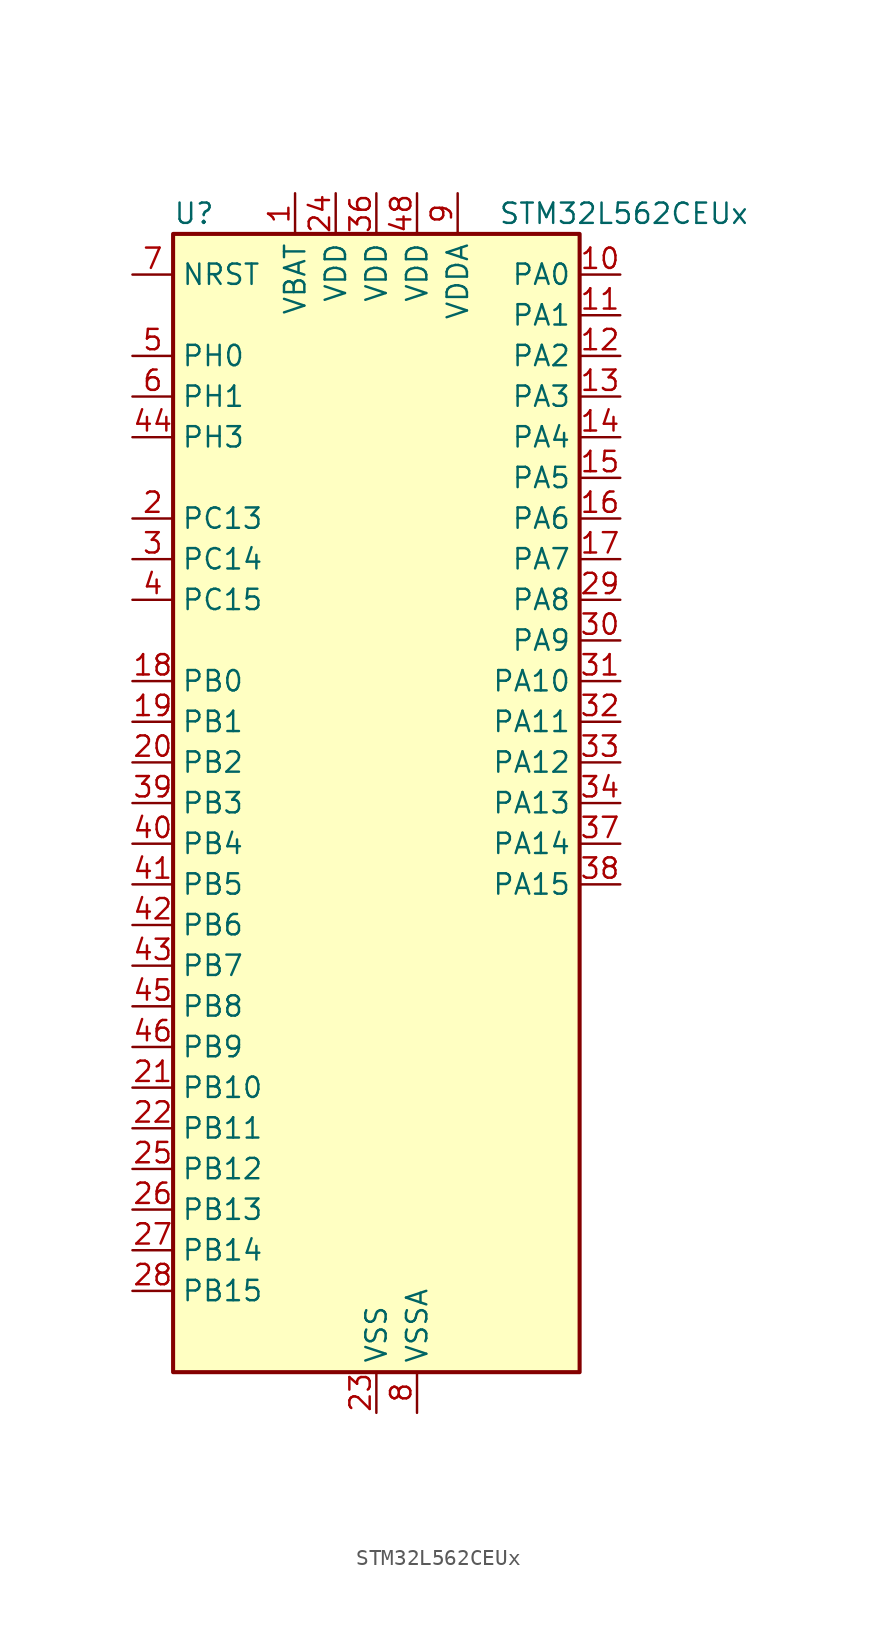
<source format=kicad_sym>
(kicad_symbol_lib
  (version 20220914)
  (generator kicad_symbol_editor)
  (symbol "STM32L562CEUx"
    (property "Reference" "U"
      (at -12.7 36.83 0)
      (effects (font (size 1.27 1.27)) (justify left)))
    (property "Value" "STM32L562CEUx"
      (at 7.62 36.83 0)
      (effects (font (size 1.27 1.27)) (justify left)))
    (property "ki_locked" ""
      (at 0 0 0)
      (effects (font (size 1.27 1.27))))
    (symbol "STM32L562CEUx_0_1"
      (rectangle (start -12.7 -35.56) (end 12.7 35.56) (stroke (width 0.254) (type default)) (fill (type background))))
    (symbol "STM32L562CEUx_1_1"
      (pin power_in line (at -5.08 38.1 270) (length 2.54) (name "VBAT" (effects (font (size 1.27 1.27)))) (number "1" (effects (font (size 1.27 1.27)))))
      (pin bidirectional line (at 15.24 33.02 180) (length 2.54) (name "PA0" (effects (font (size 1.27 1.27)))) (number "10" (effects (font (size 1.27 1.27)))) (alternate "ADC1_IN5" bidirectional line) (alternate "ADC2_IN5" bidirectional line) (alternate "OPAMP1_VINP" bidirectional line) (alternate "PWR_WKUP1" bidirectional line) (alternate "SAI1_EXTCLK" bidirectional line) (alternate "TAMP_IN2" bidirectional line) (alternate "TAMP_OUT1" bidirectional line) (alternate "TIM2_CH1" bidirectional line) (alternate "TIM2_ETR" bidirectional line) (alternate "TIM5_CH1" bidirectional line) (alternate "TIM8_ETR" bidirectional line) (alternate "UART4_TX" bidirectional line) (alternate "USART2_CTS" bidirectional line) (alternate "USART2_NSS" bidirectional line))
      (pin bidirectional line (at 15.24 30.48 180) (length 2.54) (name "PA1" (effects (font (size 1.27 1.27)))) (number "11" (effects (font (size 1.27 1.27)))) (alternate "ADC1_IN6" bidirectional line) (alternate "ADC2_IN6" bidirectional line) (alternate "I2C1_SMBA" bidirectional line) (alternate "OCTOSPI1_DQS" bidirectional line) (alternate "OPAMP1_VINM" bidirectional line) (alternate "SPI1_SCK" bidirectional line) (alternate "TAMP_IN5" bidirectional line) (alternate "TAMP_OUT4" bidirectional line) (alternate "TIM15_CH1N" bidirectional line) (alternate "TIM2_CH2" bidirectional line) (alternate "TIM5_CH2" bidirectional line) (alternate "UART4_RX" bidirectional line) (alternate "USART2_DE" bidirectional line) (alternate "USART2_RTS" bidirectional line))
      (pin bidirectional line (at 15.24 27.94 180) (length 2.54) (name "PA2" (effects (font (size 1.27 1.27)))) (number "12" (effects (font (size 1.27 1.27)))) (alternate "ADC1_IN7" bidirectional line) (alternate "ADC2_IN7" bidirectional line) (alternate "COMP1_INP" bidirectional line) (alternate "LPUART1_TX" bidirectional line) (alternate "OCTOSPI1_NCS" bidirectional line) (alternate "PWR_WKUP4" bidirectional line) (alternate "RCC_LSCO" bidirectional line) (alternate "SAI2_EXTCLK" bidirectional line) (alternate "TIM15_CH1" bidirectional line) (alternate "TIM2_CH3" bidirectional line) (alternate "TIM5_CH3" bidirectional line) (alternate "UCPD1_FRSTX1" bidirectional line) (alternate "USART2_TX" bidirectional line))
      (pin bidirectional line (at 15.24 25.4 180) (length 2.54) (name "PA3" (effects (font (size 1.27 1.27)))) (number "13" (effects (font (size 1.27 1.27)))) (alternate "ADC1_IN8" bidirectional line) (alternate "ADC2_IN8" bidirectional line) (alternate "LPUART1_RX" bidirectional line) (alternate "OCTOSPI1_CLK" bidirectional line) (alternate "OPAMP1_VOUT" bidirectional line) (alternate "SAI1_CK1" bidirectional line) (alternate "SAI1_MCLK_A" bidirectional line) (alternate "TIM15_CH2" bidirectional line) (alternate "TIM2_CH4" bidirectional line) (alternate "TIM5_CH4" bidirectional line) (alternate "USART2_RX" bidirectional line))
      (pin bidirectional line (at 15.24 22.86 180) (length 2.54) (name "PA4" (effects (font (size 1.27 1.27)))) (number "14" (effects (font (size 1.27 1.27)))) (alternate "ADC1_IN9" bidirectional line) (alternate "ADC2_IN9" bidirectional line) (alternate "DAC1_OUT1" bidirectional line) (alternate "LPTIM2_OUT" bidirectional line) (alternate "OCTOSPI1_NCS" bidirectional line) (alternate "SAI1_FS_B" bidirectional line) (alternate "SPI1_NSS" bidirectional line) (alternate "SPI3_NSS" bidirectional line) (alternate "USART2_CK" bidirectional line))
      (pin bidirectional line (at 15.24 20.32 180) (length 2.54) (name "PA5" (effects (font (size 1.27 1.27)))) (number "15" (effects (font (size 1.27 1.27)))) (alternate "ADC1_IN10" bidirectional line) (alternate "ADC2_IN10" bidirectional line) (alternate "DAC1_OUT2" bidirectional line) (alternate "LPTIM2_ETR" bidirectional line) (alternate "SPI1_SCK" bidirectional line) (alternate "TIM2_CH1" bidirectional line) (alternate "TIM2_ETR" bidirectional line) (alternate "TIM8_CH1N" bidirectional line))
      (pin bidirectional line (at 15.24 17.78 180) (length 2.54) (name "PA6" (effects (font (size 1.27 1.27)))) (number "16" (effects (font (size 1.27 1.27)))) (alternate "ADC1_IN11" bidirectional line) (alternate "ADC2_IN11" bidirectional line) (alternate "LPUART1_CTS" bidirectional line) (alternate "OCTOSPI1_IO3" bidirectional line) (alternate "OPAMP2_VINP" bidirectional line) (alternate "SPI1_MISO" bidirectional line) (alternate "TIM16_CH1" bidirectional line) (alternate "TIM1_BKIN" bidirectional line) (alternate "TIM3_CH1" bidirectional line) (alternate "TIM8_BKIN" bidirectional line) (alternate "USART3_CTS" bidirectional line) (alternate "USART3_NSS" bidirectional line))
      (pin bidirectional line (at 15.24 15.24 180) (length 2.54) (name "PA7" (effects (font (size 1.27 1.27)))) (number "17" (effects (font (size 1.27 1.27)))) (alternate "ADC1_IN12" bidirectional line) (alternate "ADC2_IN12" bidirectional line) (alternate "I2C3_SCL" bidirectional line) (alternate "OCTOSPI1_IO2" bidirectional line) (alternate "OPAMP2_VINM" bidirectional line) (alternate "SPI1_MOSI" bidirectional line) (alternate "TIM17_CH1" bidirectional line) (alternate "TIM1_CH1N" bidirectional line) (alternate "TIM3_CH2" bidirectional line) (alternate "TIM8_CH1N" bidirectional line))
      (pin bidirectional line (at -15.24 7.62 0) (length 2.54) (name "PB0" (effects (font (size 1.27 1.27)))) (number "18" (effects (font (size 1.27 1.27)))) (alternate "ADC1_IN15" bidirectional line) (alternate "ADC2_IN15" bidirectional line) (alternate "COMP1_OUT" bidirectional line) (alternate "OCTOSPI1_IO1" bidirectional line) (alternate "OPAMP2_VOUT" bidirectional line) (alternate "SAI1_EXTCLK" bidirectional line) (alternate "SPI1_NSS" bidirectional line) (alternate "TIM1_CH2N" bidirectional line) (alternate "TIM3_CH3" bidirectional line) (alternate "TIM8_CH2N" bidirectional line) (alternate "USART3_CK" bidirectional line))
      (pin bidirectional line (at -15.24 5.08 0) (length 2.54) (name "PB1" (effects (font (size 1.27 1.27)))) (number "19" (effects (font (size 1.27 1.27)))) (alternate "ADC1_IN16" bidirectional line) (alternate "ADC2_IN16" bidirectional line) (alternate "COMP1_INM" bidirectional line) (alternate "DFSDM1_DATIN0" bidirectional line) (alternate "LPTIM2_IN1" bidirectional line) (alternate "LPUART1_DE" bidirectional line) (alternate "LPUART1_RTS" bidirectional line) (alternate "OCTOSPI1_IO0" bidirectional line) (alternate "TIM1_CH3N" bidirectional line) (alternate "TIM3_CH4" bidirectional line) (alternate "TIM8_CH3N" bidirectional line) (alternate "USART3_DE" bidirectional line) (alternate "USART3_RTS" bidirectional line))
      (pin bidirectional line (at -15.24 17.78 0) (length 2.54) (name "PC13" (effects (font (size 1.27 1.27)))) (number "2" (effects (font (size 1.27 1.27)))) (alternate "PWR_WKUP2" bidirectional line) (alternate "RTC_OUT1" bidirectional line) (alternate "RTC_TS" bidirectional line) (alternate "TAMP_IN1" bidirectional line) (alternate "TAMP_OUT2" bidirectional line))
      (pin bidirectional line (at -15.24 2.54 0) (length 2.54) (name "PB2" (effects (font (size 1.27 1.27)))) (number "20" (effects (font (size 1.27 1.27)))) (alternate "COMP1_INP" bidirectional line) (alternate "DFSDM1_CKIN0" bidirectional line) (alternate "I2C3_SMBA" bidirectional line) (alternate "LPTIM1_OUT" bidirectional line) (alternate "OCTOSPI1_DQS" bidirectional line) (alternate "RTC_OUT2" bidirectional line) (alternate "UCPD1_FRSTX1" bidirectional line))
      (pin bidirectional line (at -15.24 -17.78 0) (length 2.54) (name "PB10" (effects (font (size 1.27 1.27)))) (number "21" (effects (font (size 1.27 1.27)))) (alternate "COMP1_OUT" bidirectional line) (alternate "I2C2_SCL" bidirectional line) (alternate "I2C4_SCL" bidirectional line) (alternate "LPTIM3_OUT" bidirectional line) (alternate "LPUART1_RX" bidirectional line) (alternate "OCTOSPI1_CLK" bidirectional line) (alternate "SAI1_SCK_A" bidirectional line) (alternate "SPI2_SCK" bidirectional line) (alternate "TIM2_CH3" bidirectional line) (alternate "TSC_SYNC" bidirectional line) (alternate "USART3_TX" bidirectional line))
      (pin bidirectional line (at -15.24 -20.32 0) (length 2.54) (name "PB11" (effects (font (size 1.27 1.27)))) (number "22" (effects (font (size 1.27 1.27)))) (alternate "ADC1_EXTI11" bidirectional line) (alternate "ADC2_EXTI11" bidirectional line) (alternate "COMP2_OUT" bidirectional line) (alternate "I2C2_SDA" bidirectional line) (alternate "I2C4_SDA" bidirectional line) (alternate "LPUART1_TX" bidirectional line) (alternate "OCTOSPI1_NCS" bidirectional line) (alternate "TIM2_CH4" bidirectional line) (alternate "USART3_RX" bidirectional line))
      (pin power_in line (at 0 -38.1 90) (length 2.54) (name "VSS" (effects (font (size 1.27 1.27)))) (number "23" (effects (font (size 1.27 1.27)))))
      (pin power_in line (at -2.54 38.1 270) (length 2.54) (name "VDD" (effects (font (size 1.27 1.27)))) (number "24" (effects (font (size 1.27 1.27)))))
      (pin bidirectional line (at -15.24 -22.86 0) (length 2.54) (name "PB12" (effects (font (size 1.27 1.27)))) (number "25" (effects (font (size 1.27 1.27)))) (alternate "DFSDM1_DATIN1" bidirectional line) (alternate "I2C2_SMBA" bidirectional line) (alternate "LPUART1_DE" bidirectional line) (alternate "LPUART1_RTS" bidirectional line) (alternate "OCTOSPI1_NCLK" bidirectional line) (alternate "SAI2_FS_A" bidirectional line) (alternate "SPI2_NSS" bidirectional line) (alternate "TIM15_BKIN" bidirectional line) (alternate "TIM1_BKIN" bidirectional line) (alternate "TSC_G1_IO1" bidirectional line) (alternate "USART3_CK" bidirectional line))
      (pin bidirectional line (at -15.24 -25.4 0) (length 2.54) (name "PB13" (effects (font (size 1.27 1.27)))) (number "26" (effects (font (size 1.27 1.27)))) (alternate "DFSDM1_CKIN1" bidirectional line) (alternate "I2C2_SCL" bidirectional line) (alternate "LPTIM3_IN1" bidirectional line) (alternate "LPUART1_CTS" bidirectional line) (alternate "SAI2_SCK_A" bidirectional line) (alternate "SPI2_SCK" bidirectional line) (alternate "TIM15_CH1N" bidirectional line) (alternate "TIM1_CH1N" bidirectional line) (alternate "TSC_G1_IO2" bidirectional line) (alternate "UCPD1_FRSTX2" bidirectional line) (alternate "USART3_CTS" bidirectional line) (alternate "USART3_NSS" bidirectional line))
      (pin bidirectional line (at -15.24 -27.94 0) (length 2.54) (name "PB14" (effects (font (size 1.27 1.27)))) (number "27" (effects (font (size 1.27 1.27)))) (alternate "DFSDM1_DATIN2" bidirectional line) (alternate "I2C2_SDA" bidirectional line) (alternate "LPTIM3_ETR" bidirectional line) (alternate "SAI2_MCLK_A" bidirectional line) (alternate "SPI2_MISO" bidirectional line) (alternate "TIM15_CH1" bidirectional line) (alternate "TIM1_CH2N" bidirectional line) (alternate "TIM8_CH2N" bidirectional line) (alternate "TSC_G1_IO3" bidirectional line) (alternate "UCPD1_DBCC2" bidirectional line) (alternate "USART3_DE" bidirectional line) (alternate "USART3_RTS" bidirectional line))
      (pin bidirectional line (at -15.24 -30.48 0) (length 2.54) (name "PB15" (effects (font (size 1.27 1.27)))) (number "28" (effects (font (size 1.27 1.27)))) (alternate "ADC1_EXTI15" bidirectional line) (alternate "ADC2_EXTI15" bidirectional line) (alternate "DFSDM1_CKIN2" bidirectional line) (alternate "RTC_REFIN" bidirectional line) (alternate "SAI2_SD_A" bidirectional line) (alternate "SPI2_MOSI" bidirectional line) (alternate "TIM15_CH2" bidirectional line) (alternate "TIM1_CH3N" bidirectional line) (alternate "TIM8_CH3N" bidirectional line) (alternate "UCPD1_CC2" bidirectional line))
      (pin bidirectional line (at 15.24 12.7 180) (length 2.54) (name "PA8" (effects (font (size 1.27 1.27)))) (number "29" (effects (font (size 1.27 1.27)))) (alternate "LPTIM2_OUT" bidirectional line) (alternate "RCC_MCO" bidirectional line) (alternate "SAI1_CK2" bidirectional line) (alternate "SAI1_SCK_A" bidirectional line) (alternate "TIM1_CH1" bidirectional line) (alternate "USART1_CK" bidirectional line))
      (pin bidirectional line (at -15.24 15.24 0) (length 2.54) (name "PC14" (effects (font (size 1.27 1.27)))) (number "3" (effects (font (size 1.27 1.27)))) (alternate "RCC_OSC32_IN" bidirectional line))
      (pin bidirectional line (at 15.24 10.16 180) (length 2.54) (name "PA9" (effects (font (size 1.27 1.27)))) (number "30" (effects (font (size 1.27 1.27)))) (alternate "DAC1_EXTI9" bidirectional line) (alternate "SAI1_FS_A" bidirectional line) (alternate "SPI2_SCK" bidirectional line) (alternate "TIM15_BKIN" bidirectional line) (alternate "TIM1_CH2" bidirectional line) (alternate "USART1_TX" bidirectional line))
      (pin bidirectional line (at 15.24 7.62 180) (length 2.54) (name "PA10" (effects (font (size 1.27 1.27)))) (number "31" (effects (font (size 1.27 1.27)))) (alternate "CRS_SYNC" bidirectional line) (alternate "SAI1_D1" bidirectional line) (alternate "SAI1_SD_A" bidirectional line) (alternate "TIM17_BKIN" bidirectional line) (alternate "TIM1_CH3" bidirectional line) (alternate "USART1_RX" bidirectional line))
      (pin bidirectional line (at 15.24 5.08 180) (length 2.54) (name "PA11" (effects (font (size 1.27 1.27)))) (number "32" (effects (font (size 1.27 1.27)))) (alternate "ADC1_EXTI11" bidirectional line) (alternate "ADC2_EXTI11" bidirectional line) (alternate "FDCAN1_RX" bidirectional line) (alternate "SPI1_MISO" bidirectional line) (alternate "TIM1_BKIN2" bidirectional line) (alternate "TIM1_CH4" bidirectional line) (alternate "USART1_CTS" bidirectional line) (alternate "USART1_NSS" bidirectional line) (alternate "USB_DM" bidirectional line))
      (pin bidirectional line (at 15.24 2.54 180) (length 2.54) (name "PA12" (effects (font (size 1.27 1.27)))) (number "33" (effects (font (size 1.27 1.27)))) (alternate "FDCAN1_TX" bidirectional line) (alternate "SPI1_MOSI" bidirectional line) (alternate "TIM1_ETR" bidirectional line) (alternate "USART1_DE" bidirectional line) (alternate "USART1_RTS" bidirectional line) (alternate "USB_DP" bidirectional line))
      (pin bidirectional line (at 15.24 0 180) (length 2.54) (name "PA13" (effects (font (size 1.27 1.27)))) (number "34" (effects (font (size 1.27 1.27)))) (alternate "DEBUG_JTMS-SWDIO" bidirectional line) (alternate "IR_OUT" bidirectional line) (alternate "SAI1_SD_B" bidirectional line) (alternate "USB_NOE" bidirectional line))
      (pin passive line (at 0 -38.1 90) (length 2.54) hide (name "VSS" (effects (font (size 1.27 1.27)))) (number "35" (effects (font (size 1.27 1.27)))))
      (pin power_in line (at 0 38.1 270) (length 2.54) (name "VDD" (effects (font (size 1.27 1.27)))) (number "36" (effects (font (size 1.27 1.27)))))
      (pin bidirectional line (at 15.24 -2.54 180) (length 2.54) (name "PA14" (effects (font (size 1.27 1.27)))) (number "37" (effects (font (size 1.27 1.27)))) (alternate "DEBUG_JTCK-SWCLK" bidirectional line) (alternate "I2C1_SMBA" bidirectional line) (alternate "I2C4_SMBA" bidirectional line) (alternate "LPTIM1_OUT" bidirectional line) (alternate "SAI1_FS_B" bidirectional line))
      (pin bidirectional line (at 15.24 -5.08 180) (length 2.54) (name "PA15" (effects (font (size 1.27 1.27)))) (number "38" (effects (font (size 1.27 1.27)))) (alternate "ADC1_EXTI15" bidirectional line) (alternate "ADC2_EXTI15" bidirectional line) (alternate "DEBUG_JTDI" bidirectional line) (alternate "SAI2_FS_B" bidirectional line) (alternate "SPI1_NSS" bidirectional line) (alternate "SPI3_NSS" bidirectional line) (alternate "TIM2_CH1" bidirectional line) (alternate "TIM2_ETR" bidirectional line) (alternate "UART4_DE" bidirectional line) (alternate "UART4_RTS" bidirectional line) (alternate "UCPD1_CC1" bidirectional line) (alternate "USART2_RX" bidirectional line) (alternate "USART3_DE" bidirectional line) (alternate "USART3_RTS" bidirectional line))
      (pin bidirectional line (at -15.24 0 0) (length 2.54) (name "PB3" (effects (font (size 1.27 1.27)))) (number "39" (effects (font (size 1.27 1.27)))) (alternate "COMP2_INM" bidirectional line) (alternate "CRS_SYNC" bidirectional line) (alternate "DEBUG_JTDO-SWO" bidirectional line) (alternate "SAI1_SCK_B" bidirectional line) (alternate "SPI1_SCK" bidirectional line) (alternate "SPI3_SCK" bidirectional line) (alternate "TIM2_CH2" bidirectional line) (alternate "USART1_DE" bidirectional line) (alternate "USART1_RTS" bidirectional line))
      (pin bidirectional line (at -15.24 12.7 0) (length 2.54) (name "PC15" (effects (font (size 1.27 1.27)))) (number "4" (effects (font (size 1.27 1.27)))) (alternate "ADC1_EXTI15" bidirectional line) (alternate "ADC2_EXTI15" bidirectional line) (alternate "RCC_OSC32_OUT" bidirectional line))
      (pin bidirectional line (at -15.24 -2.54 0) (length 2.54) (name "PB4" (effects (font (size 1.27 1.27)))) (number "40" (effects (font (size 1.27 1.27)))) (alternate "COMP2_INP" bidirectional line) (alternate "DEBUG_JTRST" bidirectional line) (alternate "I2C3_SDA" bidirectional line) (alternate "SAI1_MCLK_B" bidirectional line) (alternate "SPI1_MISO" bidirectional line) (alternate "SPI3_MISO" bidirectional line) (alternate "TIM17_BKIN" bidirectional line) (alternate "TIM3_CH1" bidirectional line) (alternate "TSC_G2_IO1" bidirectional line) (alternate "USART1_CTS" bidirectional line) (alternate "USART1_NSS" bidirectional line))
      (pin bidirectional line (at -15.24 -5.08 0) (length 2.54) (name "PB5" (effects (font (size 1.27 1.27)))) (number "41" (effects (font (size 1.27 1.27)))) (alternate "COMP2_OUT" bidirectional line) (alternate "I2C1_SMBA" bidirectional line) (alternate "LPTIM1_IN1" bidirectional line) (alternate "OCTOSPI1_NCLK" bidirectional line) (alternate "SAI1_SD_B" bidirectional line) (alternate "SPI1_MOSI" bidirectional line) (alternate "SPI3_MOSI" bidirectional line) (alternate "TIM16_BKIN" bidirectional line) (alternate "TIM3_CH2" bidirectional line) (alternate "TSC_G2_IO2" bidirectional line) (alternate "UCPD1_DBCC1" bidirectional line) (alternate "USART1_CK" bidirectional line))
      (pin bidirectional line (at -15.24 -7.62 0) (length 2.54) (name "PB6" (effects (font (size 1.27 1.27)))) (number "42" (effects (font (size 1.27 1.27)))) (alternate "COMP2_INP" bidirectional line) (alternate "I2C1_SCL" bidirectional line) (alternate "I2C4_SCL" bidirectional line) (alternate "LPTIM1_ETR" bidirectional line) (alternate "SAI1_FS_B" bidirectional line) (alternate "TIM16_CH1N" bidirectional line) (alternate "TIM4_CH1" bidirectional line) (alternate "TIM8_BKIN2" bidirectional line) (alternate "TSC_G2_IO3" bidirectional line) (alternate "USART1_TX" bidirectional line))
      (pin bidirectional line (at -15.24 -10.16 0) (length 2.54) (name "PB7" (effects (font (size 1.27 1.27)))) (number "43" (effects (font (size 1.27 1.27)))) (alternate "COMP2_INM" bidirectional line) (alternate "I2C1_SDA" bidirectional line) (alternate "I2C4_SDA" bidirectional line) (alternate "LPTIM1_IN2" bidirectional line) (alternate "PWR_PVD_IN" bidirectional line) (alternate "TIM17_CH1N" bidirectional line) (alternate "TIM4_CH2" bidirectional line) (alternate "TIM8_BKIN" bidirectional line) (alternate "TSC_G2_IO4" bidirectional line) (alternate "UART4_CTS" bidirectional line) (alternate "USART1_RX" bidirectional line))
      (pin bidirectional line (at -15.24 22.86 0) (length 2.54) (name "PH3" (effects (font (size 1.27 1.27)))) (number "44" (effects (font (size 1.27 1.27)))))
      (pin bidirectional line (at -15.24 -12.7 0) (length 2.54) (name "PB8" (effects (font (size 1.27 1.27)))) (number "45" (effects (font (size 1.27 1.27)))) (alternate "DFSDM1_CKOUT" bidirectional line) (alternate "FDCAN1_RX" bidirectional line) (alternate "I2C1_SCL" bidirectional line) (alternate "SAI1_CK1" bidirectional line) (alternate "SAI1_MCLK_A" bidirectional line) (alternate "TIM16_CH1" bidirectional line) (alternate "TIM4_CH3" bidirectional line))
      (pin bidirectional line (at -15.24 -15.24 0) (length 2.54) (name "PB9" (effects (font (size 1.27 1.27)))) (number "46" (effects (font (size 1.27 1.27)))) (alternate "DAC1_EXTI9" bidirectional line) (alternate "FDCAN1_TX" bidirectional line) (alternate "I2C1_SDA" bidirectional line) (alternate "IR_OUT" bidirectional line) (alternate "SAI1_D2" bidirectional line) (alternate "SAI1_FS_A" bidirectional line) (alternate "SPI2_NSS" bidirectional line) (alternate "TIM17_CH1" bidirectional line) (alternate "TIM4_CH4" bidirectional line))
      (pin passive line (at 0 -38.1 90) (length 2.54) hide (name "VSS" (effects (font (size 1.27 1.27)))) (number "47" (effects (font (size 1.27 1.27)))))
      (pin power_in line (at 2.54 38.1 270) (length 2.54) (name "VDD" (effects (font (size 1.27 1.27)))) (number "48" (effects (font (size 1.27 1.27)))))
      (pin passive line (at 0 -38.1 90) (length 2.54) hide (name "VSS" (effects (font (size 1.27 1.27)))) (number "49" (effects (font (size 1.27 1.27)))))
      (pin bidirectional line (at -15.24 27.94 0) (length 2.54) (name "PH0" (effects (font (size 1.27 1.27)))) (number "5" (effects (font (size 1.27 1.27)))) (alternate "RCC_OSC_IN" bidirectional line))
      (pin bidirectional line (at -15.24 25.4 0) (length 2.54) (name "PH1" (effects (font (size 1.27 1.27)))) (number "6" (effects (font (size 1.27 1.27)))) (alternate "RCC_OSC_OUT" bidirectional line))
      (pin input line (at -15.24 33.02 0) (length 2.54) (name "NRST" (effects (font (size 1.27 1.27)))) (number "7" (effects (font (size 1.27 1.27)))))
      (pin power_in line (at 2.54 -38.1 90) (length 2.54) (name "VSSA" (effects (font (size 1.27 1.27)))) (number "8" (effects (font (size 1.27 1.27)))))
      (pin power_in line (at 5.08 38.1 270) (length 2.54) (name "VDDA" (effects (font (size 1.27 1.27)))) (number "9" (effects (font (size 1.27 1.27))))))))
</source>
